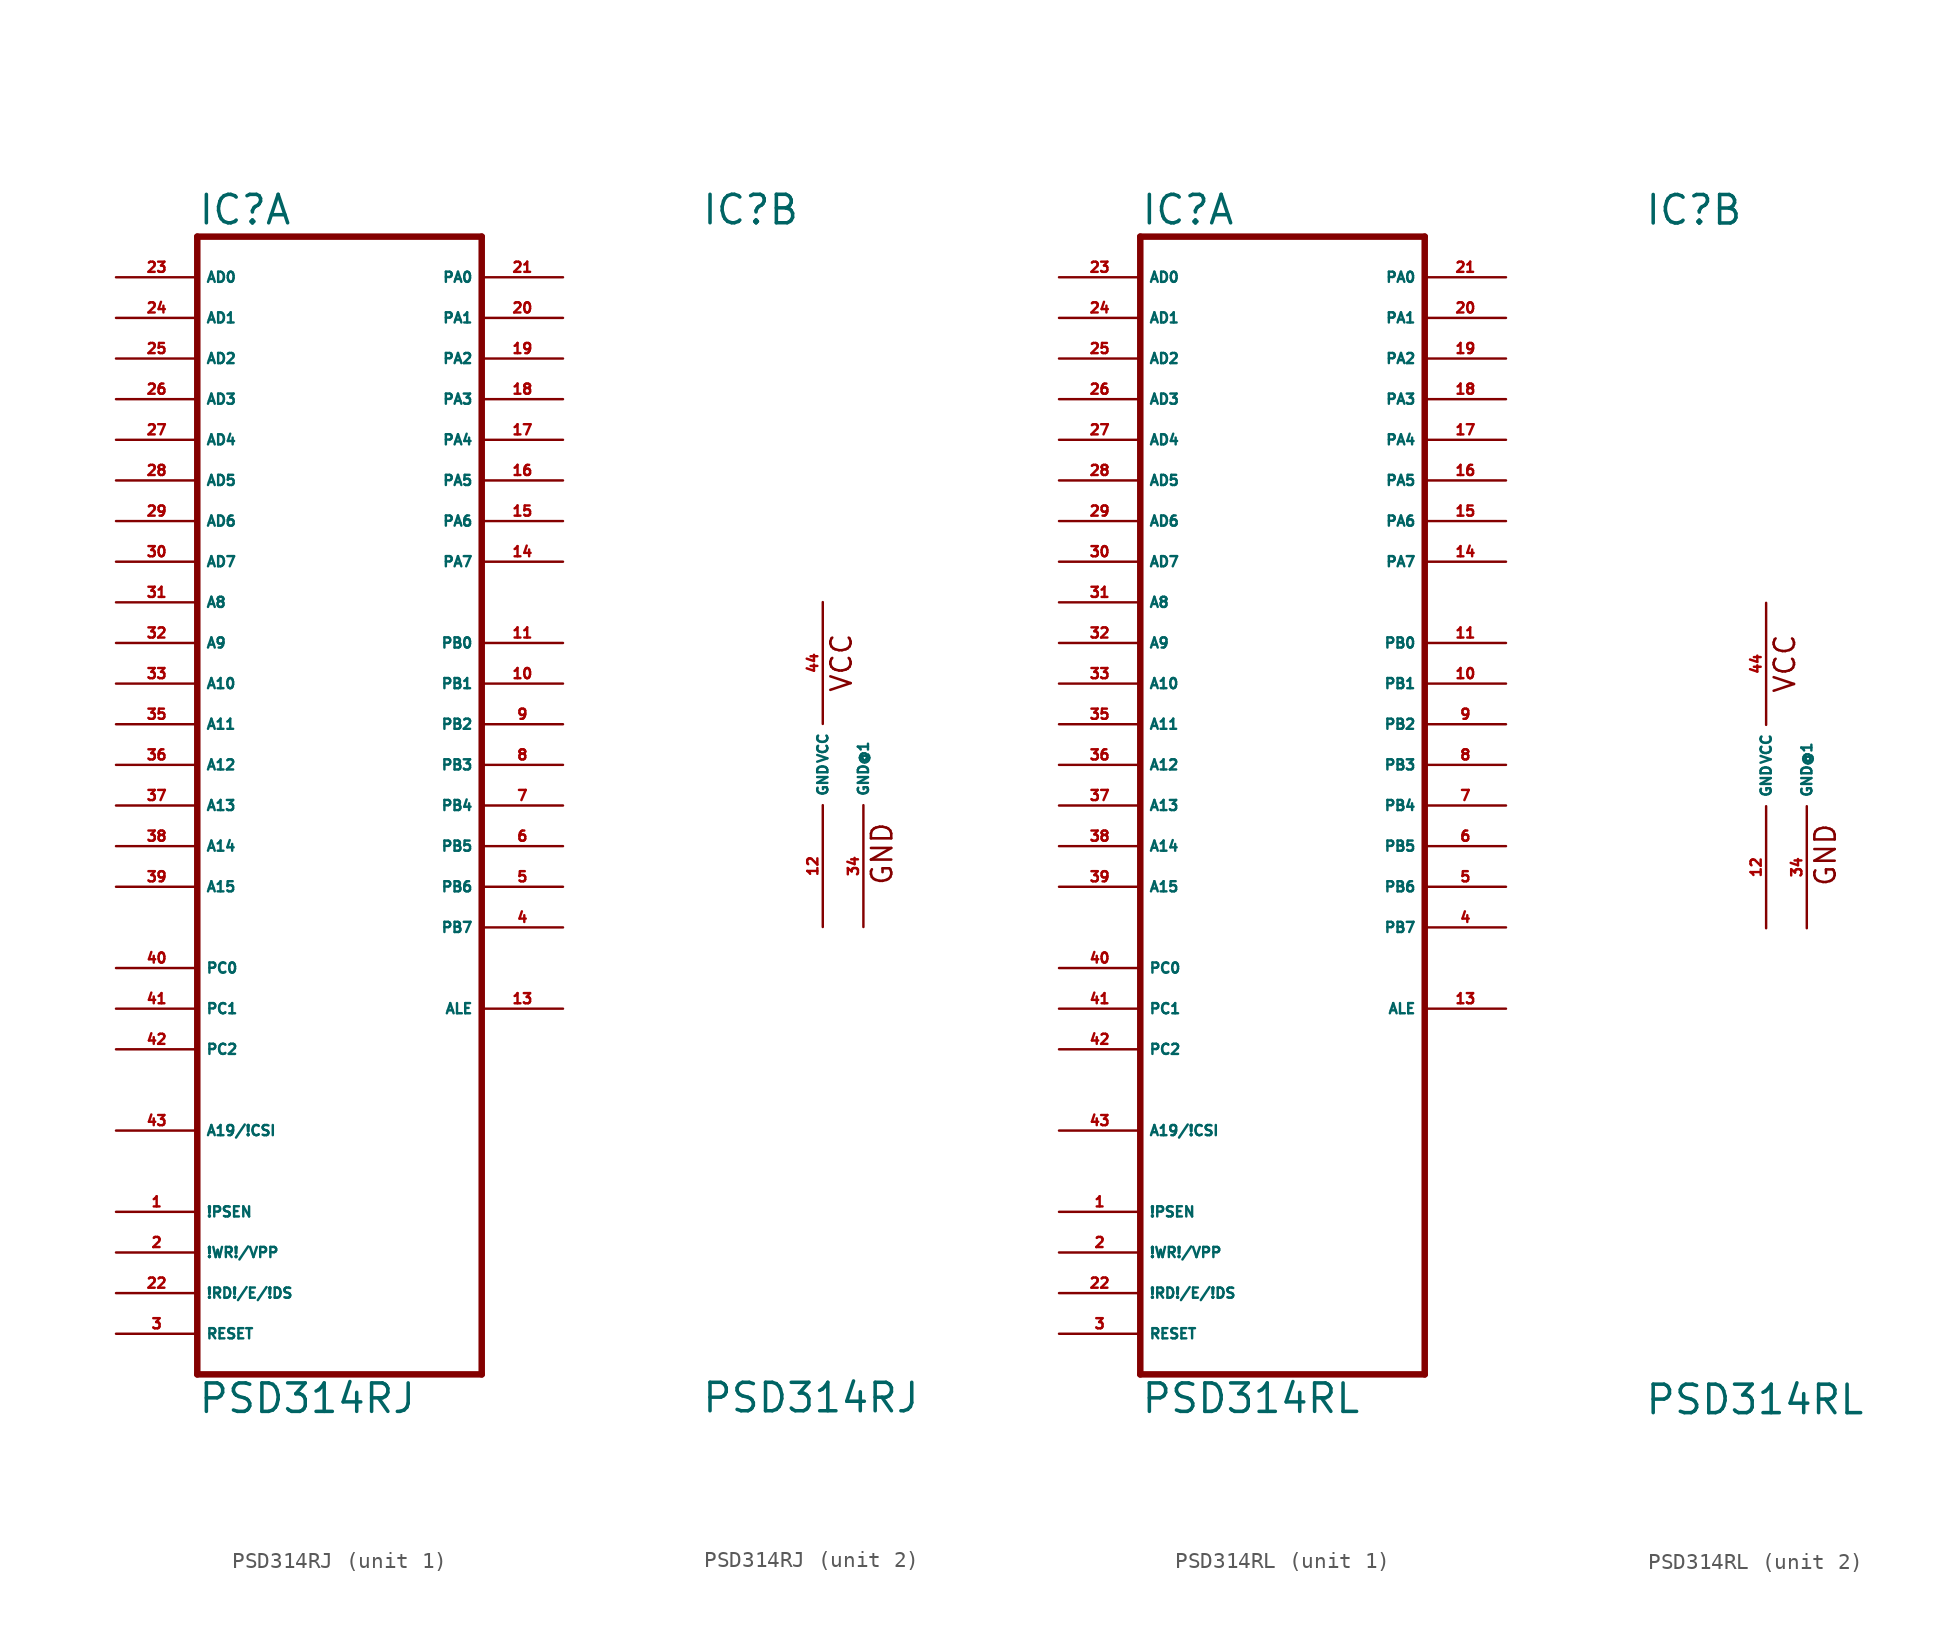
<source format=kicad_sym>
(kicad_symbol_lib
  (version 20220914)
  (generator Eagle2Kicad)
  (symbol "PSD314RJ"
    (property "Reference" "IC"
      (at -7.62 33.655 0)
      (effects (font (size 1.778 1.778) (thickness 0.22)) (justify left bottom)))
    (property "Value" "PSD314RJ"
      (at -7.62 -40.64 0)
      (effects (font (size 1.778 1.778) (thickness 0.22)) (justify left bottom)))
    (symbol "PSD314RJ_1_0"
      (polyline (pts (xy -7.62 -38.1) (xy 10.16 -38.1)) (stroke (width 0.406) (type default)) (fill (type none)))
      (polyline (pts (xy 10.16 -38.1) (xy 10.16 33.02)) (stroke (width 0.406) (type default)) (fill (type none)))
      (polyline (pts (xy 10.16 33.02) (xy -7.62 33.02)) (stroke (width 0.406) (type default)) (fill (type none)))
      (polyline (pts (xy -7.62 33.02) (xy -7.62 -38.1)) (stroke (width 0.406) (type default)) (fill (type none)))
      (pin input line (at -12.7 30.48 0) (length 5.08) (name "AD0" (effects (font (size 0.635 0.635) (thickness 0.08)) (justify left bottom))) (number "23" (effects (font (size 0.635 0.635) (thickness 0.08)) (justify left bottom))))
      (pin input line (at -12.7 27.94 0) (length 5.08) (name "AD1" (effects (font (size 0.635 0.635) (thickness 0.08)) (justify left bottom))) (number "24" (effects (font (size 0.635 0.635) (thickness 0.08)) (justify left bottom))))
      (pin input line (at -12.7 25.4 0) (length 5.08) (name "AD2" (effects (font (size 0.635 0.635) (thickness 0.08)) (justify left bottom))) (number "25" (effects (font (size 0.635 0.635) (thickness 0.08)) (justify left bottom))))
      (pin input line (at -12.7 22.86 0) (length 5.08) (name "AD3" (effects (font (size 0.635 0.635) (thickness 0.08)) (justify left bottom))) (number "26" (effects (font (size 0.635 0.635) (thickness 0.08)) (justify left bottom))))
      (pin input line (at -12.7 20.32 0) (length 5.08) (name "AD4" (effects (font (size 0.635 0.635) (thickness 0.08)) (justify left bottom))) (number "27" (effects (font (size 0.635 0.635) (thickness 0.08)) (justify left bottom))))
      (pin input line (at -12.7 17.78 0) (length 5.08) (name "AD5" (effects (font (size 0.635 0.635) (thickness 0.08)) (justify left bottom))) (number "28" (effects (font (size 0.635 0.635) (thickness 0.08)) (justify left bottom))))
      (pin input line (at -12.7 15.24 0) (length 5.08) (name "AD6" (effects (font (size 0.635 0.635) (thickness 0.08)) (justify left bottom))) (number "29" (effects (font (size 0.635 0.635) (thickness 0.08)) (justify left bottom))))
      (pin input line (at -12.7 12.7 0) (length 5.08) (name "AD7" (effects (font (size 0.635 0.635) (thickness 0.08)) (justify left bottom))) (number "30" (effects (font (size 0.635 0.635) (thickness 0.08)) (justify left bottom))))
      (pin input line (at -12.7 10.16 0) (length 5.08) (name "A8" (effects (font (size 0.635 0.635) (thickness 0.08)) (justify left bottom))) (number "31" (effects (font (size 0.635 0.635) (thickness 0.08)) (justify left bottom))))
      (pin input line (at -12.7 7.62 0) (length 5.08) (name "A9" (effects (font (size 0.635 0.635) (thickness 0.08)) (justify left bottom))) (number "32" (effects (font (size 0.635 0.635) (thickness 0.08)) (justify left bottom))))
      (pin input line (at -12.7 5.08 0) (length 5.08) (name "A10" (effects (font (size 0.635 0.635) (thickness 0.08)) (justify left bottom))) (number "33" (effects (font (size 0.635 0.635) (thickness 0.08)) (justify left bottom))))
      (pin input line (at -12.7 2.54 0) (length 5.08) (name "A11" (effects (font (size 0.635 0.635) (thickness 0.08)) (justify left bottom))) (number "35" (effects (font (size 0.635 0.635) (thickness 0.08)) (justify left bottom))))
      (pin input line (at -12.7 0 0) (length 5.08) (name "A12" (effects (font (size 0.635 0.635) (thickness 0.08)) (justify left bottom))) (number "36" (effects (font (size 0.635 0.635) (thickness 0.08)) (justify left bottom))))
      (pin input line (at -12.7 -2.54 0) (length 5.08) (name "A13" (effects (font (size 0.635 0.635) (thickness 0.08)) (justify left bottom))) (number "37" (effects (font (size 0.635 0.635) (thickness 0.08)) (justify left bottom))))
      (pin input line (at -12.7 -5.08 0) (length 5.08) (name "A14" (effects (font (size 0.635 0.635) (thickness 0.08)) (justify left bottom))) (number "38" (effects (font (size 0.635 0.635) (thickness 0.08)) (justify left bottom))))
      (pin input line (at -12.7 -7.62 0) (length 5.08) (name "A15" (effects (font (size 0.635 0.635) (thickness 0.08)) (justify left bottom))) (number "39" (effects (font (size 0.635 0.635) (thickness 0.08)) (justify left bottom))))
      (pin input line (at -12.7 -12.7 0) (length 5.08) (name "PC0" (effects (font (size 0.635 0.635) (thickness 0.08)) (justify left bottom))) (number "40" (effects (font (size 0.635 0.635) (thickness 0.08)) (justify left bottom))))
      (pin input line (at -12.7 -15.24 0) (length 5.08) (name "PC1" (effects (font (size 0.635 0.635) (thickness 0.08)) (justify left bottom))) (number "41" (effects (font (size 0.635 0.635) (thickness 0.08)) (justify left bottom))))
      (pin input line (at -12.7 -17.78 0) (length 5.08) (name "PC2" (effects (font (size 0.635 0.635) (thickness 0.08)) (justify left bottom))) (number "42" (effects (font (size 0.635 0.635) (thickness 0.08)) (justify left bottom))))
      (pin input line (at -12.7 -22.86 0) (length 5.08) (name "A19/!CSI" (effects (font (size 0.635 0.635) (thickness 0.08)) (justify left bottom))) (number "43" (effects (font (size 0.635 0.635) (thickness 0.08)) (justify left bottom))))
      (pin bidirectional line (at 15.24 30.48 180) (length 5.08) (name "PA0" (effects (font (size 0.635 0.635) (thickness 0.08)) (justify left bottom))) (number "21" (effects (font (size 0.635 0.635) (thickness 0.08)) (justify left bottom))))
      (pin bidirectional line (at 15.24 27.94 180) (length 5.08) (name "PA1" (effects (font (size 0.635 0.635) (thickness 0.08)) (justify left bottom))) (number "20" (effects (font (size 0.635 0.635) (thickness 0.08)) (justify left bottom))))
      (pin bidirectional line (at 15.24 25.4 180) (length 5.08) (name "PA2" (effects (font (size 0.635 0.635) (thickness 0.08)) (justify left bottom))) (number "19" (effects (font (size 0.635 0.635) (thickness 0.08)) (justify left bottom))))
      (pin bidirectional line (at 15.24 22.86 180) (length 5.08) (name "PA3" (effects (font (size 0.635 0.635) (thickness 0.08)) (justify left bottom))) (number "18" (effects (font (size 0.635 0.635) (thickness 0.08)) (justify left bottom))))
      (pin bidirectional line (at 15.24 20.32 180) (length 5.08) (name "PA4" (effects (font (size 0.635 0.635) (thickness 0.08)) (justify left bottom))) (number "17" (effects (font (size 0.635 0.635) (thickness 0.08)) (justify left bottom))))
      (pin bidirectional line (at 15.24 17.78 180) (length 5.08) (name "PA5" (effects (font (size 0.635 0.635) (thickness 0.08)) (justify left bottom))) (number "16" (effects (font (size 0.635 0.635) (thickness 0.08)) (justify left bottom))))
      (pin bidirectional line (at 15.24 15.24 180) (length 5.08) (name "PA6" (effects (font (size 0.635 0.635) (thickness 0.08)) (justify left bottom))) (number "15" (effects (font (size 0.635 0.635) (thickness 0.08)) (justify left bottom))))
      (pin bidirectional line (at 15.24 12.7 180) (length 5.08) (name "PA7" (effects (font (size 0.635 0.635) (thickness 0.08)) (justify left bottom))) (number "14" (effects (font (size 0.635 0.635) (thickness 0.08)) (justify left bottom))))
      (pin output line (at 15.24 7.62 180) (length 5.08) (name "PB0" (effects (font (size 0.635 0.635) (thickness 0.08)) (justify left bottom))) (number "11" (effects (font (size 0.635 0.635) (thickness 0.08)) (justify left bottom))))
      (pin output line (at 15.24 5.08 180) (length 5.08) (name "PB1" (effects (font (size 0.635 0.635) (thickness 0.08)) (justify left bottom))) (number "10" (effects (font (size 0.635 0.635) (thickness 0.08)) (justify left bottom))))
      (pin output line (at 15.24 2.54 180) (length 5.08) (name "PB2" (effects (font (size 0.635 0.635) (thickness 0.08)) (justify left bottom))) (number "9" (effects (font (size 0.635 0.635) (thickness 0.08)) (justify left bottom))))
      (pin output line (at 15.24 0 180) (length 5.08) (name "PB3" (effects (font (size 0.635 0.635) (thickness 0.08)) (justify left bottom))) (number "8" (effects (font (size 0.635 0.635) (thickness 0.08)) (justify left bottom))))
      (pin output line (at 15.24 -2.54 180) (length 5.08) (name "PB4" (effects (font (size 0.635 0.635) (thickness 0.08)) (justify left bottom))) (number "7" (effects (font (size 0.635 0.635) (thickness 0.08)) (justify left bottom))))
      (pin output line (at 15.24 -5.08 180) (length 5.08) (name "PB5" (effects (font (size 0.635 0.635) (thickness 0.08)) (justify left bottom))) (number "6" (effects (font (size 0.635 0.635) (thickness 0.08)) (justify left bottom))))
      (pin output line (at 15.24 -7.62 180) (length 5.08) (name "PB6" (effects (font (size 0.635 0.635) (thickness 0.08)) (justify left bottom))) (number "5" (effects (font (size 0.635 0.635) (thickness 0.08)) (justify left bottom))))
      (pin output line (at 15.24 -10.16 180) (length 5.08) (name "PB7" (effects (font (size 0.635 0.635) (thickness 0.08)) (justify left bottom))) (number "4" (effects (font (size 0.635 0.635) (thickness 0.08)) (justify left bottom))))
      (pin output line (at 15.24 -15.24 180) (length 5.08) (name "ALE" (effects (font (size 0.635 0.635) (thickness 0.08)) (justify left bottom))) (number "13" (effects (font (size 0.635 0.635) (thickness 0.08)) (justify left bottom))))
      (pin input line (at -12.7 -27.94 0) (length 5.08) (name "!PSEN" (effects (font (size 0.635 0.635) (thickness 0.08)) (justify left bottom))) (number "1" (effects (font (size 0.635 0.635) (thickness 0.08)) (justify left bottom))))
      (pin input line (at -12.7 -30.48 0) (length 5.08) (name "!WR!/VPP" (effects (font (size 0.635 0.635) (thickness 0.08)) (justify left bottom))) (number "2" (effects (font (size 0.635 0.635) (thickness 0.08)) (justify left bottom))))
      (pin input line (at -12.7 -33.02 0) (length 5.08) (name "!RD!/E/!DS" (effects (font (size 0.635 0.635) (thickness 0.08)) (justify left bottom))) (number "22" (effects (font (size 0.635 0.635) (thickness 0.08)) (justify left bottom))))
      (pin input line (at -12.7 -35.56 0) (length 5.08) (name "RESET" (effects (font (size 0.635 0.635) (thickness 0.08)) (justify left bottom))) (number "3" (effects (font (size 0.635 0.635) (thickness 0.08)) (justify left bottom)))))
    (symbol "PSD314RJ_2_0"
      (text "VCC" (at 1.905 4.445 900) (effects (font (size 1.27 1.27) (thickness 0.16)) (justify left bottom)))
      (text "GND" (at 4.445 -7.62 900) (effects (font (size 1.27 1.27) (thickness 0.16)) (justify left bottom)))
      (pin unspecified line (at 0 10.16 270) (length 7.62) (name "VCC" (effects (font (size 0.635 0.635) (thickness 0.08)) (justify left bottom))) (number "44" (effects (font (size 0.635 0.635) (thickness 0.08)) (justify left bottom))))
      (pin unspecified line (at 0 -10.16 90) (length 7.62) (name "GND" (effects (font (size 0.635 0.635) (thickness 0.08)) (justify left bottom))) (number "12" (effects (font (size 0.635 0.635) (thickness 0.08)) (justify left bottom))))
      (pin unspecified line (at 2.54 -10.16 90) (length 7.62) (name "GND@1" (effects (font (size 0.635 0.635) (thickness 0.08)) (justify left bottom))) (number "34" (effects (font (size 0.635 0.635) (thickness 0.08)) (justify left bottom))))))
  (symbol "PSD314RL"
    (property "Reference" "IC"
      (at -7.62 33.655 0)
      (effects (font (size 1.778 1.778) (thickness 0.22)) (justify left bottom)))
    (property "Value" "PSD314RL"
      (at -7.62 -40.64 0)
      (effects (font (size 1.778 1.778) (thickness 0.22)) (justify left bottom)))
    (symbol "PSD314RL_1_0"
      (polyline (pts (xy -7.62 -38.1) (xy 10.16 -38.1)) (stroke (width 0.406) (type default)) (fill (type none)))
      (polyline (pts (xy 10.16 -38.1) (xy 10.16 33.02)) (stroke (width 0.406) (type default)) (fill (type none)))
      (polyline (pts (xy 10.16 33.02) (xy -7.62 33.02)) (stroke (width 0.406) (type default)) (fill (type none)))
      (polyline (pts (xy -7.62 33.02) (xy -7.62 -38.1)) (stroke (width 0.406) (type default)) (fill (type none)))
      (pin input line (at -12.7 30.48 0) (length 5.08) (name "AD0" (effects (font (size 0.635 0.635) (thickness 0.08)) (justify left bottom))) (number "23" (effects (font (size 0.635 0.635) (thickness 0.08)) (justify left bottom))))
      (pin input line (at -12.7 27.94 0) (length 5.08) (name "AD1" (effects (font (size 0.635 0.635) (thickness 0.08)) (justify left bottom))) (number "24" (effects (font (size 0.635 0.635) (thickness 0.08)) (justify left bottom))))
      (pin input line (at -12.7 25.4 0) (length 5.08) (name "AD2" (effects (font (size 0.635 0.635) (thickness 0.08)) (justify left bottom))) (number "25" (effects (font (size 0.635 0.635) (thickness 0.08)) (justify left bottom))))
      (pin input line (at -12.7 22.86 0) (length 5.08) (name "AD3" (effects (font (size 0.635 0.635) (thickness 0.08)) (justify left bottom))) (number "26" (effects (font (size 0.635 0.635) (thickness 0.08)) (justify left bottom))))
      (pin input line (at -12.7 20.32 0) (length 5.08) (name "AD4" (effects (font (size 0.635 0.635) (thickness 0.08)) (justify left bottom))) (number "27" (effects (font (size 0.635 0.635) (thickness 0.08)) (justify left bottom))))
      (pin input line (at -12.7 17.78 0) (length 5.08) (name "AD5" (effects (font (size 0.635 0.635) (thickness 0.08)) (justify left bottom))) (number "28" (effects (font (size 0.635 0.635) (thickness 0.08)) (justify left bottom))))
      (pin input line (at -12.7 15.24 0) (length 5.08) (name "AD6" (effects (font (size 0.635 0.635) (thickness 0.08)) (justify left bottom))) (number "29" (effects (font (size 0.635 0.635) (thickness 0.08)) (justify left bottom))))
      (pin input line (at -12.7 12.7 0) (length 5.08) (name "AD7" (effects (font (size 0.635 0.635) (thickness 0.08)) (justify left bottom))) (number "30" (effects (font (size 0.635 0.635) (thickness 0.08)) (justify left bottom))))
      (pin input line (at -12.7 10.16 0) (length 5.08) (name "A8" (effects (font (size 0.635 0.635) (thickness 0.08)) (justify left bottom))) (number "31" (effects (font (size 0.635 0.635) (thickness 0.08)) (justify left bottom))))
      (pin input line (at -12.7 7.62 0) (length 5.08) (name "A9" (effects (font (size 0.635 0.635) (thickness 0.08)) (justify left bottom))) (number "32" (effects (font (size 0.635 0.635) (thickness 0.08)) (justify left bottom))))
      (pin input line (at -12.7 5.08 0) (length 5.08) (name "A10" (effects (font (size 0.635 0.635) (thickness 0.08)) (justify left bottom))) (number "33" (effects (font (size 0.635 0.635) (thickness 0.08)) (justify left bottom))))
      (pin input line (at -12.7 2.54 0) (length 5.08) (name "A11" (effects (font (size 0.635 0.635) (thickness 0.08)) (justify left bottom))) (number "35" (effects (font (size 0.635 0.635) (thickness 0.08)) (justify left bottom))))
      (pin input line (at -12.7 0 0) (length 5.08) (name "A12" (effects (font (size 0.635 0.635) (thickness 0.08)) (justify left bottom))) (number "36" (effects (font (size 0.635 0.635) (thickness 0.08)) (justify left bottom))))
      (pin input line (at -12.7 -2.54 0) (length 5.08) (name "A13" (effects (font (size 0.635 0.635) (thickness 0.08)) (justify left bottom))) (number "37" (effects (font (size 0.635 0.635) (thickness 0.08)) (justify left bottom))))
      (pin input line (at -12.7 -5.08 0) (length 5.08) (name "A14" (effects (font (size 0.635 0.635) (thickness 0.08)) (justify left bottom))) (number "38" (effects (font (size 0.635 0.635) (thickness 0.08)) (justify left bottom))))
      (pin input line (at -12.7 -7.62 0) (length 5.08) (name "A15" (effects (font (size 0.635 0.635) (thickness 0.08)) (justify left bottom))) (number "39" (effects (font (size 0.635 0.635) (thickness 0.08)) (justify left bottom))))
      (pin input line (at -12.7 -12.7 0) (length 5.08) (name "PC0" (effects (font (size 0.635 0.635) (thickness 0.08)) (justify left bottom))) (number "40" (effects (font (size 0.635 0.635) (thickness 0.08)) (justify left bottom))))
      (pin input line (at -12.7 -15.24 0) (length 5.08) (name "PC1" (effects (font (size 0.635 0.635) (thickness 0.08)) (justify left bottom))) (number "41" (effects (font (size 0.635 0.635) (thickness 0.08)) (justify left bottom))))
      (pin input line (at -12.7 -17.78 0) (length 5.08) (name "PC2" (effects (font (size 0.635 0.635) (thickness 0.08)) (justify left bottom))) (number "42" (effects (font (size 0.635 0.635) (thickness 0.08)) (justify left bottom))))
      (pin input line (at -12.7 -22.86 0) (length 5.08) (name "A19/!CSI" (effects (font (size 0.635 0.635) (thickness 0.08)) (justify left bottom))) (number "43" (effects (font (size 0.635 0.635) (thickness 0.08)) (justify left bottom))))
      (pin bidirectional line (at 15.24 30.48 180) (length 5.08) (name "PA0" (effects (font (size 0.635 0.635) (thickness 0.08)) (justify left bottom))) (number "21" (effects (font (size 0.635 0.635) (thickness 0.08)) (justify left bottom))))
      (pin bidirectional line (at 15.24 27.94 180) (length 5.08) (name "PA1" (effects (font (size 0.635 0.635) (thickness 0.08)) (justify left bottom))) (number "20" (effects (font (size 0.635 0.635) (thickness 0.08)) (justify left bottom))))
      (pin bidirectional line (at 15.24 25.4 180) (length 5.08) (name "PA2" (effects (font (size 0.635 0.635) (thickness 0.08)) (justify left bottom))) (number "19" (effects (font (size 0.635 0.635) (thickness 0.08)) (justify left bottom))))
      (pin bidirectional line (at 15.24 22.86 180) (length 5.08) (name "PA3" (effects (font (size 0.635 0.635) (thickness 0.08)) (justify left bottom))) (number "18" (effects (font (size 0.635 0.635) (thickness 0.08)) (justify left bottom))))
      (pin bidirectional line (at 15.24 20.32 180) (length 5.08) (name "PA4" (effects (font (size 0.635 0.635) (thickness 0.08)) (justify left bottom))) (number "17" (effects (font (size 0.635 0.635) (thickness 0.08)) (justify left bottom))))
      (pin bidirectional line (at 15.24 17.78 180) (length 5.08) (name "PA5" (effects (font (size 0.635 0.635) (thickness 0.08)) (justify left bottom))) (number "16" (effects (font (size 0.635 0.635) (thickness 0.08)) (justify left bottom))))
      (pin bidirectional line (at 15.24 15.24 180) (length 5.08) (name "PA6" (effects (font (size 0.635 0.635) (thickness 0.08)) (justify left bottom))) (number "15" (effects (font (size 0.635 0.635) (thickness 0.08)) (justify left bottom))))
      (pin bidirectional line (at 15.24 12.7 180) (length 5.08) (name "PA7" (effects (font (size 0.635 0.635) (thickness 0.08)) (justify left bottom))) (number "14" (effects (font (size 0.635 0.635) (thickness 0.08)) (justify left bottom))))
      (pin output line (at 15.24 7.62 180) (length 5.08) (name "PB0" (effects (font (size 0.635 0.635) (thickness 0.08)) (justify left bottom))) (number "11" (effects (font (size 0.635 0.635) (thickness 0.08)) (justify left bottom))))
      (pin output line (at 15.24 5.08 180) (length 5.08) (name "PB1" (effects (font (size 0.635 0.635) (thickness 0.08)) (justify left bottom))) (number "10" (effects (font (size 0.635 0.635) (thickness 0.08)) (justify left bottom))))
      (pin output line (at 15.24 2.54 180) (length 5.08) (name "PB2" (effects (font (size 0.635 0.635) (thickness 0.08)) (justify left bottom))) (number "9" (effects (font (size 0.635 0.635) (thickness 0.08)) (justify left bottom))))
      (pin output line (at 15.24 0 180) (length 5.08) (name "PB3" (effects (font (size 0.635 0.635) (thickness 0.08)) (justify left bottom))) (number "8" (effects (font (size 0.635 0.635) (thickness 0.08)) (justify left bottom))))
      (pin output line (at 15.24 -2.54 180) (length 5.08) (name "PB4" (effects (font (size 0.635 0.635) (thickness 0.08)) (justify left bottom))) (number "7" (effects (font (size 0.635 0.635) (thickness 0.08)) (justify left bottom))))
      (pin output line (at 15.24 -5.08 180) (length 5.08) (name "PB5" (effects (font (size 0.635 0.635) (thickness 0.08)) (justify left bottom))) (number "6" (effects (font (size 0.635 0.635) (thickness 0.08)) (justify left bottom))))
      (pin output line (at 15.24 -7.62 180) (length 5.08) (name "PB6" (effects (font (size 0.635 0.635) (thickness 0.08)) (justify left bottom))) (number "5" (effects (font (size 0.635 0.635) (thickness 0.08)) (justify left bottom))))
      (pin output line (at 15.24 -10.16 180) (length 5.08) (name "PB7" (effects (font (size 0.635 0.635) (thickness 0.08)) (justify left bottom))) (number "4" (effects (font (size 0.635 0.635) (thickness 0.08)) (justify left bottom))))
      (pin output line (at 15.24 -15.24 180) (length 5.08) (name "ALE" (effects (font (size 0.635 0.635) (thickness 0.08)) (justify left bottom))) (number "13" (effects (font (size 0.635 0.635) (thickness 0.08)) (justify left bottom))))
      (pin input line (at -12.7 -27.94 0) (length 5.08) (name "!PSEN" (effects (font (size 0.635 0.635) (thickness 0.08)) (justify left bottom))) (number "1" (effects (font (size 0.635 0.635) (thickness 0.08)) (justify left bottom))))
      (pin input line (at -12.7 -30.48 0) (length 5.08) (name "!WR!/VPP" (effects (font (size 0.635 0.635) (thickness 0.08)) (justify left bottom))) (number "2" (effects (font (size 0.635 0.635) (thickness 0.08)) (justify left bottom))))
      (pin input line (at -12.7 -33.02 0) (length 5.08) (name "!RD!/E/!DS" (effects (font (size 0.635 0.635) (thickness 0.08)) (justify left bottom))) (number "22" (effects (font (size 0.635 0.635) (thickness 0.08)) (justify left bottom))))
      (pin input line (at -12.7 -35.56 0) (length 5.08) (name "RESET" (effects (font (size 0.635 0.635) (thickness 0.08)) (justify left bottom))) (number "3" (effects (font (size 0.635 0.635) (thickness 0.08)) (justify left bottom)))))
    (symbol "PSD314RL_2_0"
      (text "VCC" (at 1.905 4.445 900) (effects (font (size 1.27 1.27) (thickness 0.16)) (justify left bottom)))
      (text "GND" (at 4.445 -7.62 900) (effects (font (size 1.27 1.27) (thickness 0.16)) (justify left bottom)))
      (pin unspecified line (at 0 10.16 270) (length 7.62) (name "VCC" (effects (font (size 0.635 0.635) (thickness 0.08)) (justify left bottom))) (number "44" (effects (font (size 0.635 0.635) (thickness 0.08)) (justify left bottom))))
      (pin unspecified line (at 0 -10.16 90) (length 7.62) (name "GND" (effects (font (size 0.635 0.635) (thickness 0.08)) (justify left bottom))) (number "12" (effects (font (size 0.635 0.635) (thickness 0.08)) (justify left bottom))))
      (pin unspecified line (at 2.54 -10.16 90) (length 7.62) (name "GND@1" (effects (font (size 0.635 0.635) (thickness 0.08)) (justify left bottom))) (number "34" (effects (font (size 0.635 0.635) (thickness 0.08)) (justify left bottom)))))))
</source>
